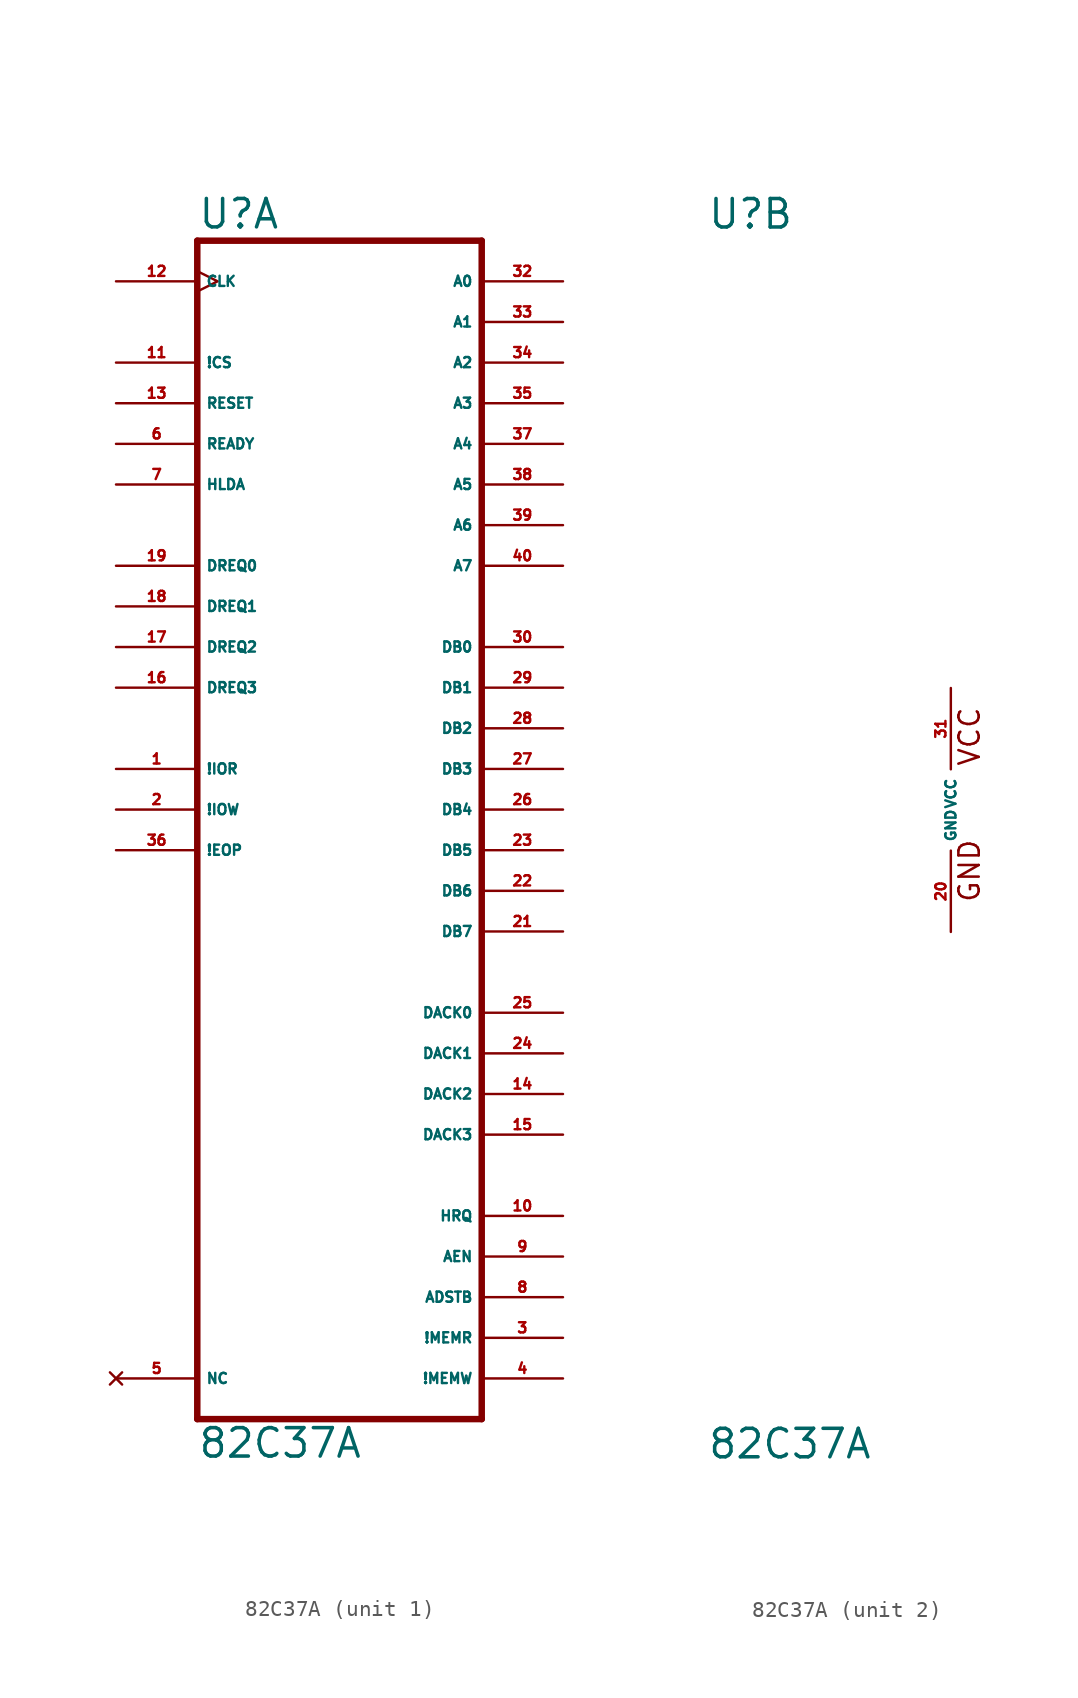
<source format=kicad_sym>
(kicad_symbol_lib
  (version 20220914)
  (generator Eagle2Kicad)
  (symbol "82C37A"
    (property "Reference" "U"
      (at -15.24 36.195 0)
      (effects (font (size 1.778 1.778) (thickness 0.22)) (justify left bottom)))
    (property "Value" "82C37A"
      (at -15.24 -40.64 0)
      (effects (font (size 1.778 1.778) (thickness 0.22)) (justify left bottom)))
    (symbol "82C37A_1_0"
      (polyline (pts (xy -15.24 -38.1) (xy 2.54 -38.1)) (stroke (width 0.406) (type default)) (fill (type none)))
      (polyline (pts (xy 2.54 -38.1) (xy 2.54 35.56)) (stroke (width 0.406) (type default)) (fill (type none)))
      (polyline (pts (xy 2.54 35.56) (xy -15.24 35.56)) (stroke (width 0.406) (type default)) (fill (type none)))
      (polyline (pts (xy -15.24 35.56) (xy -15.24 -38.1)) (stroke (width 0.406) (type default)) (fill (type none)))
      (pin bidirectional line (at -20.32 2.54 0) (length 5.08) (name "!IOR" (effects (font (size 0.635 0.635) (thickness 0.08)) (justify left bottom))) (number "1" (effects (font (size 0.635 0.635) (thickness 0.08)) (justify left bottom))))
      (pin bidirectional line (at -20.32 0 0) (length 5.08) (name "!IOW" (effects (font (size 0.635 0.635) (thickness 0.08)) (justify left bottom))) (number "2" (effects (font (size 0.635 0.635) (thickness 0.08)) (justify left bottom))))
      (pin output line (at 7.62 -33.02 180) (length 5.08) (name "!MEMR" (effects (font (size 0.635 0.635) (thickness 0.08)) (justify left bottom))) (number "3" (effects (font (size 0.635 0.635) (thickness 0.08)) (justify left bottom))))
      (pin output line (at 7.62 -35.56 180) (length 5.08) (name "!MEMW" (effects (font (size 0.635 0.635) (thickness 0.08)) (justify left bottom))) (number "4" (effects (font (size 0.635 0.635) (thickness 0.08)) (justify left bottom))))
      (pin no_connect line (at -20.32 -35.56 0) (length 5.08) (name "NC" (effects (font (size 0.635 0.635) (thickness 0.08)) (justify left bottom) hide)) (number "5" (effects (font (size 0.635 0.635) (thickness 0.08)) (justify left bottom) hide)))
      (pin input line (at -20.32 22.86 0) (length 5.08) (name "READY" (effects (font (size 0.635 0.635) (thickness 0.08)) (justify left bottom))) (number "6" (effects (font (size 0.635 0.635) (thickness 0.08)) (justify left bottom))))
      (pin input line (at -20.32 20.32 0) (length 5.08) (name "HLDA" (effects (font (size 0.635 0.635) (thickness 0.08)) (justify left bottom))) (number "7" (effects (font (size 0.635 0.635) (thickness 0.08)) (justify left bottom))))
      (pin output line (at 7.62 -30.48 180) (length 5.08) (name "ADSTB" (effects (font (size 0.635 0.635) (thickness 0.08)) (justify left bottom))) (number "8" (effects (font (size 0.635 0.635) (thickness 0.08)) (justify left bottom))))
      (pin output line (at 7.62 -27.94 180) (length 5.08) (name "AEN" (effects (font (size 0.635 0.635) (thickness 0.08)) (justify left bottom))) (number "9" (effects (font (size 0.635 0.635) (thickness 0.08)) (justify left bottom))))
      (pin output line (at 7.62 -25.4 180) (length 5.08) (name "HRQ" (effects (font (size 0.635 0.635) (thickness 0.08)) (justify left bottom))) (number "10" (effects (font (size 0.635 0.635) (thickness 0.08)) (justify left bottom))))
      (pin input line (at -20.32 27.94 0) (length 5.08) (name "!CS" (effects (font (size 0.635 0.635) (thickness 0.08)) (justify left bottom))) (number "11" (effects (font (size 0.635 0.635) (thickness 0.08)) (justify left bottom))))
      (pin input clock (at -20.32 33.02 0) (length 5.08) (name "CLK" (effects (font (size 0.635 0.635) (thickness 0.08)) (justify left bottom))) (number "12" (effects (font (size 0.635 0.635) (thickness 0.08)) (justify left bottom))))
      (pin input line (at -20.32 25.4 0) (length 5.08) (name "RESET" (effects (font (size 0.635 0.635) (thickness 0.08)) (justify left bottom))) (number "13" (effects (font (size 0.635 0.635) (thickness 0.08)) (justify left bottom))))
      (pin output line (at 7.62 -17.78 180) (length 5.08) (name "DACK2" (effects (font (size 0.635 0.635) (thickness 0.08)) (justify left bottom))) (number "14" (effects (font (size 0.635 0.635) (thickness 0.08)) (justify left bottom))))
      (pin output line (at 7.62 -20.32 180) (length 5.08) (name "DACK3" (effects (font (size 0.635 0.635) (thickness 0.08)) (justify left bottom))) (number "15" (effects (font (size 0.635 0.635) (thickness 0.08)) (justify left bottom))))
      (pin input line (at -20.32 7.62 0) (length 5.08) (name "DREQ3" (effects (font (size 0.635 0.635) (thickness 0.08)) (justify left bottom))) (number "16" (effects (font (size 0.635 0.635) (thickness 0.08)) (justify left bottom))))
      (pin input line (at -20.32 10.16 0) (length 5.08) (name "DREQ2" (effects (font (size 0.635 0.635) (thickness 0.08)) (justify left bottom))) (number "17" (effects (font (size 0.635 0.635) (thickness 0.08)) (justify left bottom))))
      (pin input line (at -20.32 12.7 0) (length 5.08) (name "DREQ1" (effects (font (size 0.635 0.635) (thickness 0.08)) (justify left bottom))) (number "18" (effects (font (size 0.635 0.635) (thickness 0.08)) (justify left bottom))))
      (pin input line (at -20.32 15.24 0) (length 5.08) (name "DREQ0" (effects (font (size 0.635 0.635) (thickness 0.08)) (justify left bottom))) (number "19" (effects (font (size 0.635 0.635) (thickness 0.08)) (justify left bottom))))
      (pin bidirectional line (at 7.62 -7.62 180) (length 5.08) (name "DB7" (effects (font (size 0.635 0.635) (thickness 0.08)) (justify left bottom))) (number "21" (effects (font (size 0.635 0.635) (thickness 0.08)) (justify left bottom))))
      (pin bidirectional line (at 7.62 -5.08 180) (length 5.08) (name "DB6" (effects (font (size 0.635 0.635) (thickness 0.08)) (justify left bottom))) (number "22" (effects (font (size 0.635 0.635) (thickness 0.08)) (justify left bottom))))
      (pin bidirectional line (at 7.62 -2.54 180) (length 5.08) (name "DB5" (effects (font (size 0.635 0.635) (thickness 0.08)) (justify left bottom))) (number "23" (effects (font (size 0.635 0.635) (thickness 0.08)) (justify left bottom))))
      (pin output line (at 7.62 -15.24 180) (length 5.08) (name "DACK1" (effects (font (size 0.635 0.635) (thickness 0.08)) (justify left bottom))) (number "24" (effects (font (size 0.635 0.635) (thickness 0.08)) (justify left bottom))))
      (pin output line (at 7.62 -12.7 180) (length 5.08) (name "DACK0" (effects (font (size 0.635 0.635) (thickness 0.08)) (justify left bottom))) (number "25" (effects (font (size 0.635 0.635) (thickness 0.08)) (justify left bottom))))
      (pin bidirectional line (at 7.62 0 180) (length 5.08) (name "DB4" (effects (font (size 0.635 0.635) (thickness 0.08)) (justify left bottom))) (number "26" (effects (font (size 0.635 0.635) (thickness 0.08)) (justify left bottom))))
      (pin bidirectional line (at 7.62 2.54 180) (length 5.08) (name "DB3" (effects (font (size 0.635 0.635) (thickness 0.08)) (justify left bottom))) (number "27" (effects (font (size 0.635 0.635) (thickness 0.08)) (justify left bottom))))
      (pin bidirectional line (at 7.62 5.08 180) (length 5.08) (name "DB2" (effects (font (size 0.635 0.635) (thickness 0.08)) (justify left bottom))) (number "28" (effects (font (size 0.635 0.635) (thickness 0.08)) (justify left bottom))))
      (pin bidirectional line (at 7.62 7.62 180) (length 5.08) (name "DB1" (effects (font (size 0.635 0.635) (thickness 0.08)) (justify left bottom))) (number "29" (effects (font (size 0.635 0.635) (thickness 0.08)) (justify left bottom))))
      (pin bidirectional line (at 7.62 10.16 180) (length 5.08) (name "DB0" (effects (font (size 0.635 0.635) (thickness 0.08)) (justify left bottom))) (number "30" (effects (font (size 0.635 0.635) (thickness 0.08)) (justify left bottom))))
      (pin bidirectional line (at 7.62 33.02 180) (length 5.08) (name "A0" (effects (font (size 0.635 0.635) (thickness 0.08)) (justify left bottom))) (number "32" (effects (font (size 0.635 0.635) (thickness 0.08)) (justify left bottom))))
      (pin bidirectional line (at 7.62 30.48 180) (length 5.08) (name "A1" (effects (font (size 0.635 0.635) (thickness 0.08)) (justify left bottom))) (number "33" (effects (font (size 0.635 0.635) (thickness 0.08)) (justify left bottom))))
      (pin bidirectional line (at 7.62 27.94 180) (length 5.08) (name "A2" (effects (font (size 0.635 0.635) (thickness 0.08)) (justify left bottom))) (number "34" (effects (font (size 0.635 0.635) (thickness 0.08)) (justify left bottom))))
      (pin bidirectional line (at 7.62 25.4 180) (length 5.08) (name "A3" (effects (font (size 0.635 0.635) (thickness 0.08)) (justify left bottom))) (number "35" (effects (font (size 0.635 0.635) (thickness 0.08)) (justify left bottom))))
      (pin bidirectional line (at -20.32 -2.54 0) (length 5.08) (name "!EOP" (effects (font (size 0.635 0.635) (thickness 0.08)) (justify left bottom))) (number "36" (effects (font (size 0.635 0.635) (thickness 0.08)) (justify left bottom))))
      (pin output line (at 7.62 22.86 180) (length 5.08) (name "A4" (effects (font (size 0.635 0.635) (thickness 0.08)) (justify left bottom))) (number "37" (effects (font (size 0.635 0.635) (thickness 0.08)) (justify left bottom))))
      (pin output line (at 7.62 20.32 180) (length 5.08) (name "A5" (effects (font (size 0.635 0.635) (thickness 0.08)) (justify left bottom))) (number "38" (effects (font (size 0.635 0.635) (thickness 0.08)) (justify left bottom))))
      (pin output line (at 7.62 17.78 180) (length 5.08) (name "A6" (effects (font (size 0.635 0.635) (thickness 0.08)) (justify left bottom))) (number "39" (effects (font (size 0.635 0.635) (thickness 0.08)) (justify left bottom))))
      (pin output line (at 7.62 15.24 180) (length 5.08) (name "A7" (effects (font (size 0.635 0.635) (thickness 0.08)) (justify left bottom))) (number "40" (effects (font (size 0.635 0.635) (thickness 0.08)) (justify left bottom)))))
    (symbol "82C37A_2_0"
      (text "GND" (at 1.905 -5.842 900) (effects (font (size 1.27 1.27) (thickness 0.16)) (justify left bottom)))
      (text "VCC" (at 1.905 2.667 900) (effects (font (size 1.27 1.27) (thickness 0.16)) (justify left bottom)))
      (pin unspecified line (at 0 -7.62 90) (length 5.08) (name "GND" (effects (font (size 0.635 0.635) (thickness 0.08)) (justify left bottom))) (number "20" (effects (font (size 0.635 0.635) (thickness 0.08)) (justify left bottom))))
      (pin unspecified line (at 0 7.62 270) (length 5.08) (name "VCC" (effects (font (size 0.635 0.635) (thickness 0.08)) (justify left bottom))) (number "31" (effects (font (size 0.635 0.635) (thickness 0.08)) (justify left bottom)))))))
</source>
